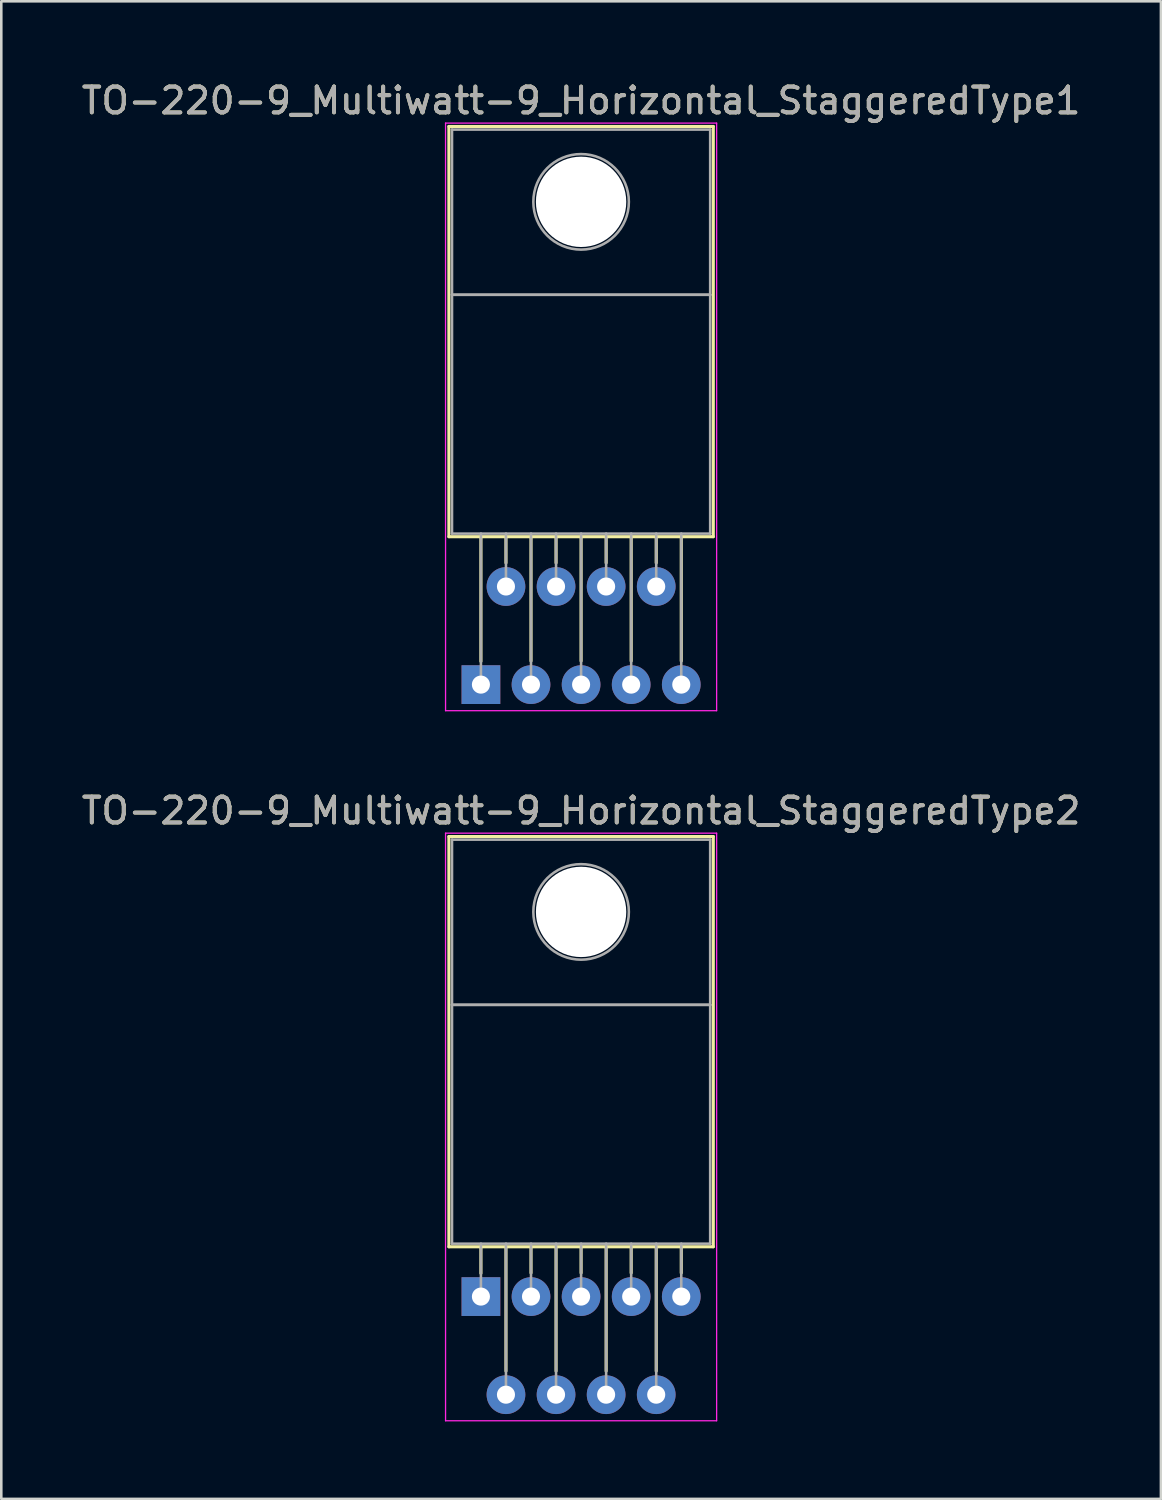
<source format=kicad_pcb>
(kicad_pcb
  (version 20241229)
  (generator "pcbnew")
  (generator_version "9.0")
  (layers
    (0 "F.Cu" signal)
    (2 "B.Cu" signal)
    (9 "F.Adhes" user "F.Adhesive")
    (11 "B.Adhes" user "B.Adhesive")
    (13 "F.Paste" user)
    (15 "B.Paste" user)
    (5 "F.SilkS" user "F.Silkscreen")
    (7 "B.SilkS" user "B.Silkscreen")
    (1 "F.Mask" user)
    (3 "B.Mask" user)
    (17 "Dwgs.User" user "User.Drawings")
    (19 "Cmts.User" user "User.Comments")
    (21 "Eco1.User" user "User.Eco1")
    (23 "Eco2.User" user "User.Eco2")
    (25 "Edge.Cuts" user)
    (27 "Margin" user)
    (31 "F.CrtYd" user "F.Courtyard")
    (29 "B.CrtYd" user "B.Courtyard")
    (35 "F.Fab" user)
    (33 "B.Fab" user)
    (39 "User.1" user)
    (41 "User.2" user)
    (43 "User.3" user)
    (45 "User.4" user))
  (footprint "TO-220-9_Multiwatt-9_Horizontal_StaggeredType2"
    (layer "F.Cu")
    (at 15.578 47.172)
    (property "Reference" "TO-220-9_Multiwatt-9_Horizontal_StaggeredType2" (at 3.88 -18.82 0) (layer "F.SilkS") (effects (font (size 1 1) (thickness 0.15))))
    (attr through_hole)
    (fp_line (start -1.241 -17.82) (end -1.241 -1.93) (stroke (width 0.12) (type solid)) (layer "F.SilkS"))
    (fp_line (start -1.241 -17.82) (end 9 -17.82) (stroke (width 0.12) (type solid)) (layer "F.SilkS"))
    (fp_line (start -1.241 -1.93) (end 9 -1.93) (stroke (width 0.12) (type solid)) (layer "F.SilkS"))
    (fp_line (start 0 -1.93) (end 0 -0.9) (stroke (width 0.12) (type solid)) (layer "F.SilkS"))
    (fp_line (start 0.97 -1.93) (end 0.97 2.885) (stroke (width 0.12) (type solid)) (layer "F.SilkS"))
    (fp_line (start 1.94 -1.93) (end 1.94 -0.916) (stroke (width 0.12) (type solid)) (layer "F.SilkS"))
    (fp_line (start 2.91 -1.93) (end 2.91 2.885) (stroke (width 0.12) (type solid)) (layer "F.SilkS"))
    (fp_line (start 3.88 -1.93) (end 3.88 -0.916) (stroke (width 0.12) (type solid)) (layer "F.SilkS"))
    (fp_line (start 4.85 -1.93) (end 4.85 2.885) (stroke (width 0.12) (type solid)) (layer "F.SilkS"))
    (fp_line (start 5.82 -1.93) (end 5.82 -0.916) (stroke (width 0.12) (type solid)) (layer "F.SilkS"))
    (fp_line (start 6.79 -1.93) (end 6.79 2.885) (stroke (width 0.12) (type solid)) (layer "F.SilkS"))
    (fp_line (start 7.76 -1.93) (end 7.76 -0.916) (stroke (width 0.12) (type solid)) (layer "F.SilkS"))
    (fp_line (start 9 -17.82) (end 9 -1.93) (stroke (width 0.12) (type solid)) (layer "F.SilkS"))
    (fp_line (start -1.37 -17.95) (end -1.37 4.81) (stroke (width 0.05) (type solid)) (layer "F.CrtYd"))
    (fp_line (start -1.37 4.81) (end 9.13 4.81) (stroke (width 0.05) (type solid)) (layer "F.CrtYd"))
    (fp_line (start 9.13 -17.95) (end -1.37 -17.95) (stroke (width 0.05) (type solid)) (layer "F.CrtYd"))
    (fp_line (start 9.13 4.81) (end 9.13 -17.95) (stroke (width 0.05) (type solid)) (layer "F.CrtYd"))
    (fp_line (start -1.12 -17.7) (end 8.88 -17.7) (stroke (width 0.1) (type solid)) (layer "F.Fab"))
    (fp_line (start -1.12 -11.3) (end -1.12 -17.7) (stroke (width 0.1) (type solid)) (layer "F.Fab"))
    (fp_line (start -1.12 -11.3) (end 8.88 -11.3) (stroke (width 0.1) (type solid)) (layer "F.Fab"))
    (fp_line (start -1.12 -2.05) (end -1.12 -11.3) (stroke (width 0.1) (type solid)) (layer "F.Fab"))
    (fp_line (start 0 -2.05) (end 0 0) (stroke (width 0.1) (type solid)) (layer "F.Fab"))
    (fp_line (start 0.97 -2.05) (end 0.97 3.8) (stroke (width 0.1) (type solid)) (layer "F.Fab"))
    (fp_line (start 1.94 -2.05) (end 1.94 0) (stroke (width 0.1) (type solid)) (layer "F.Fab"))
    (fp_line (start 2.91 -2.05) (end 2.91 3.8) (stroke (width 0.1) (type solid)) (layer "F.Fab"))
    (fp_line (start 3.88 -2.05) (end 3.88 0) (stroke (width 0.1) (type solid)) (layer "F.Fab"))
    (fp_line (start 4.85 -2.05) (end 4.85 3.8) (stroke (width 0.1) (type solid)) (layer "F.Fab"))
    (fp_line (start 5.82 -2.05) (end 5.82 0) (stroke (width 0.1) (type solid)) (layer "F.Fab"))
    (fp_line (start 6.79 -2.05) (end 6.79 3.8) (stroke (width 0.1) (type solid)) (layer "F.Fab"))
    (fp_line (start 7.76 -2.05) (end 7.76 0) (stroke (width 0.1) (type solid)) (layer "F.Fab"))
    (fp_line (start 8.88 -17.7) (end 8.88 -11.3) (stroke (width 0.1) (type solid)) (layer "F.Fab"))
    (fp_line (start 8.88 -11.3) (end -1.12 -11.3) (stroke (width 0.1) (type solid)) (layer "F.Fab"))
    (fp_line (start 8.88 -11.3) (end 8.88 -2.05) (stroke (width 0.1) (type solid)) (layer "F.Fab"))
    (fp_line (start 8.88 -2.05) (end -1.12 -2.05) (stroke (width 0.1) (type solid)) (layer "F.Fab"))
    (fp_circle (center 3.88 -14.9) (end 5.73 -14.9) (stroke (width 0.1) (type solid)) (fill no) (layer "F.Fab"))
    (fp_text user "${REFERENCE}" (at 3.88 -18.82 0) (layer "F.Fab") (effects (font (size 1 1) (thickness 0.15))))
    (pad "" np_thru_hole oval (at 3.88 -14.9) (size 3.5 3.5) (drill 3.5) (layers "*.Cu" "*.Mask"))
    (pad "1" thru_hole rect (at 0 0) (size 1.5 1.5) (drill 0.7) (layers "*.Cu" "*.Mask"))
    (pad "2" thru_hole oval (at 0.97 3.8) (size 1.5 1.5) (drill 0.7) (layers "*.Cu" "*.Mask"))
    (pad "3" thru_hole oval (at 1.94 0) (size 1.5 1.5) (drill 0.7) (layers "*.Cu" "*.Mask"))
    (pad "4" thru_hole oval (at 2.91 3.8) (size 1.5 1.5) (drill 0.7) (layers "*.Cu" "*.Mask"))
    (pad "5" thru_hole oval (at 3.88 0) (size 1.5 1.5) (drill 0.7) (layers "*.Cu" "*.Mask"))
    (pad "6" thru_hole oval (at 4.85 3.8) (size 1.5 1.5) (drill 0.7) (layers "*.Cu" "*.Mask"))
    (pad "7" thru_hole oval (at 5.82 0) (size 1.5 1.5) (drill 0.7) (layers "*.Cu" "*.Mask"))
    (pad "8" thru_hole oval (at 6.79 3.8) (size 1.5 1.5) (drill 0.7) (layers "*.Cu" "*.Mask"))
    (pad "9" thru_hole oval (at 7.76 0) (size 1.5 1.5) (drill 0.7) (layers "*.Cu" "*.Mask")))
  (footprint "TO-220-9_Multiwatt-9_Horizontal_StaggeredType1"
    (layer "F.Cu")
    (at 15.578 23.468)
    (property "Reference" "TO-220-9_Multiwatt-9_Horizontal_StaggeredType1" (at 3.88 -22.62 0) (layer "F.SilkS") (effects (font (size 1 1) (thickness 0.15))))
    (attr through_hole)
    (fp_line (start -1.241 -21.62) (end -1.241 -5.73) (stroke (width 0.12) (type solid)) (layer "F.SilkS"))
    (fp_line (start -1.241 -21.62) (end 9 -21.62) (stroke (width 0.12) (type solid)) (layer "F.SilkS"))
    (fp_line (start -1.241 -5.73) (end 9 -5.73) (stroke (width 0.12) (type solid)) (layer "F.SilkS"))
    (fp_line (start 0 -5.73) (end 0 -0.9) (stroke (width 0.12) (type solid)) (layer "F.SilkS"))
    (fp_line (start 0.97 -5.73) (end 0.97 -4.716) (stroke (width 0.12) (type solid)) (layer "F.SilkS"))
    (fp_line (start 1.94 -5.73) (end 1.94 -0.915) (stroke (width 0.12) (type solid)) (layer "F.SilkS"))
    (fp_line (start 2.91 -5.73) (end 2.91 -4.716) (stroke (width 0.12) (type solid)) (layer "F.SilkS"))
    (fp_line (start 3.88 -5.73) (end 3.88 -0.915) (stroke (width 0.12) (type solid)) (layer "F.SilkS"))
    (fp_line (start 4.85 -5.73) (end 4.85 -4.716) (stroke (width 0.12) (type solid)) (layer "F.SilkS"))
    (fp_line (start 5.82 -5.73) (end 5.82 -0.915) (stroke (width 0.12) (type solid)) (layer "F.SilkS"))
    (fp_line (start 6.79 -5.73) (end 6.79 -4.716) (stroke (width 0.12) (type solid)) (layer "F.SilkS"))
    (fp_line (start 7.76 -5.73) (end 7.76 -0.915) (stroke (width 0.12) (type solid)) (layer "F.SilkS"))
    (fp_line (start 9 -21.62) (end 9 -5.73) (stroke (width 0.12) (type solid)) (layer "F.SilkS"))
    (fp_line (start -1.37 -21.75) (end -1.37 1.01) (stroke (width 0.05) (type solid)) (layer "F.CrtYd"))
    (fp_line (start -1.37 1.01) (end 9.13 1.01) (stroke (width 0.05) (type solid)) (layer "F.CrtYd"))
    (fp_line (start 9.13 -21.75) (end -1.37 -21.75) (stroke (width 0.05) (type solid)) (layer "F.CrtYd"))
    (fp_line (start 9.13 1.01) (end 9.13 -21.75) (stroke (width 0.05) (type solid)) (layer "F.CrtYd"))
    (fp_line (start -1.12 -21.5) (end 8.88 -21.5) (stroke (width 0.1) (type solid)) (layer "F.Fab"))
    (fp_line (start -1.12 -15.1) (end -1.12 -21.5) (stroke (width 0.1) (type solid)) (layer "F.Fab"))
    (fp_line (start -1.12 -15.1) (end 8.88 -15.1) (stroke (width 0.1) (type solid)) (layer "F.Fab"))
    (fp_line (start -1.12 -5.85) (end -1.12 -15.1) (stroke (width 0.1) (type solid)) (layer "F.Fab"))
    (fp_line (start 0 -5.85) (end 0 0) (stroke (width 0.1) (type solid)) (layer "F.Fab"))
    (fp_line (start 0.97 -5.85) (end 0.97 -3.8) (stroke (width 0.1) (type solid)) (layer "F.Fab"))
    (fp_line (start 1.94 -5.85) (end 1.94 0) (stroke (width 0.1) (type solid)) (layer "F.Fab"))
    (fp_line (start 2.91 -5.85) (end 2.91 -3.8) (stroke (width 0.1) (type solid)) (layer "F.Fab"))
    (fp_line (start 3.88 -5.85) (end 3.88 0) (stroke (width 0.1) (type solid)) (layer "F.Fab"))
    (fp_line (start 4.85 -5.85) (end 4.85 -3.8) (stroke (width 0.1) (type solid)) (layer "F.Fab"))
    (fp_line (start 5.82 -5.85) (end 5.82 0) (stroke (width 0.1) (type solid)) (layer "F.Fab"))
    (fp_line (start 6.79 -5.85) (end 6.79 -3.8) (stroke (width 0.1) (type solid)) (layer "F.Fab"))
    (fp_line (start 7.76 -5.85) (end 7.76 0) (stroke (width 0.1) (type solid)) (layer "F.Fab"))
    (fp_line (start 8.88 -21.5) (end 8.88 -15.1) (stroke (width 0.1) (type solid)) (layer "F.Fab"))
    (fp_line (start 8.88 -15.1) (end -1.12 -15.1) (stroke (width 0.1) (type solid)) (layer "F.Fab"))
    (fp_line (start 8.88 -15.1) (end 8.88 -5.85) (stroke (width 0.1) (type solid)) (layer "F.Fab"))
    (fp_line (start 8.88 -5.85) (end -1.12 -5.85) (stroke (width 0.1) (type solid)) (layer "F.Fab"))
    (fp_circle (center 3.88 -18.7) (end 5.73 -18.7) (stroke (width 0.1) (type solid)) (fill no) (layer "F.Fab"))
    (fp_text user "${REFERENCE}" (at 3.88 -22.62 0) (layer "F.Fab") (effects (font (size 1 1) (thickness 0.15))))
    (pad "" np_thru_hole oval (at 3.88 -18.7) (size 3.5 3.5) (drill 3.5) (layers "*.Cu" "*.Mask"))
    (pad "1" thru_hole rect (at 0 0) (size 1.5 1.5) (drill 0.7) (layers "*.Cu" "*.Mask"))
    (pad "2" thru_hole oval (at 0.97 -3.8) (size 1.5 1.5) (drill 0.7) (layers "*.Cu" "*.Mask"))
    (pad "3" thru_hole oval (at 1.94 0) (size 1.5 1.5) (drill 0.7) (layers "*.Cu" "*.Mask"))
    (pad "4" thru_hole oval (at 2.91 -3.8) (size 1.5 1.5) (drill 0.7) (layers "*.Cu" "*.Mask"))
    (pad "5" thru_hole oval (at 3.88 0) (size 1.5 1.5) (drill 0.7) (layers "*.Cu" "*.Mask"))
    (pad "6" thru_hole oval (at 4.85 -3.8) (size 1.5 1.5) (drill 0.7) (layers "*.Cu" "*.Mask"))
    (pad "7" thru_hole oval (at 5.82 0) (size 1.5 1.5) (drill 0.7) (layers "*.Cu" "*.Mask"))
    (pad "8" thru_hole oval (at 6.79 -3.8) (size 1.5 1.5) (drill 0.7) (layers "*.Cu" "*.Mask"))
    (pad "9" thru_hole oval (at 7.76 0) (size 1.5 1.5) (drill 0.7) (layers "*.Cu" "*.Mask")))
  (gr_rect
    (start -3 -3)
    (end 41.917 55.007)
    (stroke (width 0.1) (type default))
    (fill no)
    (layer "Edge.Cuts")))
</source>
